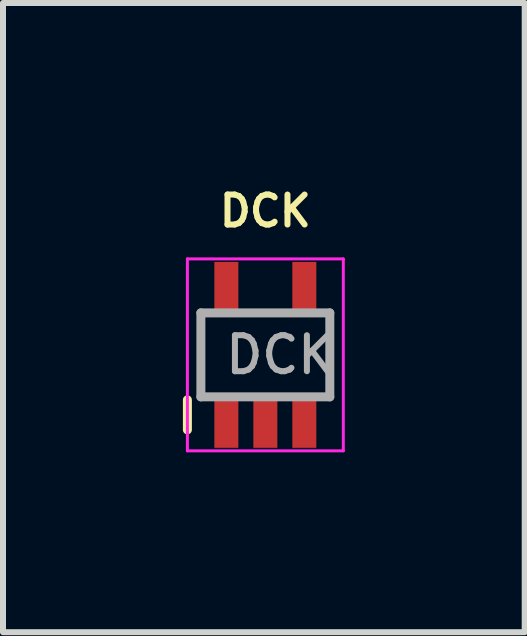
<source format=kicad_pcb>
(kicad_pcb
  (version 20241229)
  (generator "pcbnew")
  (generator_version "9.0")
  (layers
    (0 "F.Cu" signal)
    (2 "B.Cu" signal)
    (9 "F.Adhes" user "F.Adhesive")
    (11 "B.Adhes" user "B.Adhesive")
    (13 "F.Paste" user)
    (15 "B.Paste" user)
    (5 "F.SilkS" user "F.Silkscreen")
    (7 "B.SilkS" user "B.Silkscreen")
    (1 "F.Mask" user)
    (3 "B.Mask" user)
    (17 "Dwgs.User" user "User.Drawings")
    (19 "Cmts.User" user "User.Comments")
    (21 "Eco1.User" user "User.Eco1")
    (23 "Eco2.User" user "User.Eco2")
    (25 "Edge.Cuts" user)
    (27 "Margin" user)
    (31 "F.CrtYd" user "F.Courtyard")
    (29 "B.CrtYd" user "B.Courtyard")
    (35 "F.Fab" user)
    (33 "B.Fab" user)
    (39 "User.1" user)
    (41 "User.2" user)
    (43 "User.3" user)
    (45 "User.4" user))
  (footprint "DCK"
    (layer "F.Cu")
    (at 1.375 2.868)
    (property "Reference" "DCK" (at 0 -2.4 0) (layer "F.SilkS") (effects (font (size 0.5 0.5) (thickness 0.1))))
    (attr smd)
    (fp_line (start -1.3 0.75) (end -1.3 1.25) (stroke (width 0.15) (type solid)) (layer "F.SilkS"))
    (fp_line (start -1.3 -1.6) (end -1.3 1.6) (stroke (width 0.05) (type solid)) (layer "F.CrtYd"))
    (fp_line (start -1.3 -1.6) (end 1.3 -1.6) (stroke (width 0.05) (type solid)) (layer "F.CrtYd"))
    (fp_line (start -1.3 1.6) (end 1.3 1.6) (stroke (width 0.05) (type solid)) (layer "F.CrtYd"))
    (fp_line (start 1.3 -1.6) (end 1.3 1.6) (stroke (width 0.05) (type solid)) (layer "F.CrtYd"))
    (fp_line (start -1.075 -0.7) (end -1.075 0.7) (stroke (width 0.15) (type solid)) (layer "F.Fab"))
    (fp_line (start -1.075 0.7) (end 1.075 0.7) (stroke (width 0.15) (type solid)) (layer "F.Fab"))
    (fp_line (start 1.075 -0.7) (end -1.075 -0.7) (stroke (width 0.15) (type solid)) (layer "F.Fab"))
    (fp_line (start 1.075 0.7) (end 1.075 -0.7) (stroke (width 0.15) (type solid)) (layer "F.Fab"))
    (fp_text user "${REFERENCE}" (at 0.25 0 0) (layer "F.Fab") (effects (font (size 0.6 0.6) (thickness 0.1))))
    (pad "1" smd rect (at -0.65 1.1) (size 0.4 0.9) (layers "F.Cu" "F.Mask" "F.Paste"))
    (pad "2" smd rect (at 0 1.1) (size 0.4 0.9) (layers "F.Cu" "F.Mask" "F.Paste"))
    (pad "3" smd rect (at 0.65 1.1) (size 0.4 0.9) (layers "F.Cu" "F.Mask" "F.Paste"))
    (pad "4" smd rect (at 0.65 -1.1) (size 0.4 0.9) (layers "F.Cu" "F.Mask" "F.Paste"))
    (pad "5" smd rect (at -0.65 -1.1) (size 0.4 0.9) (layers "F.Cu" "F.Mask" "F.Paste")))
  (gr_rect
    (start -3 -3)
    (end 5.7 7.493)
    (stroke (width 0.1) (type default))
    (fill no)
    (layer "Edge.Cuts")))
</source>
